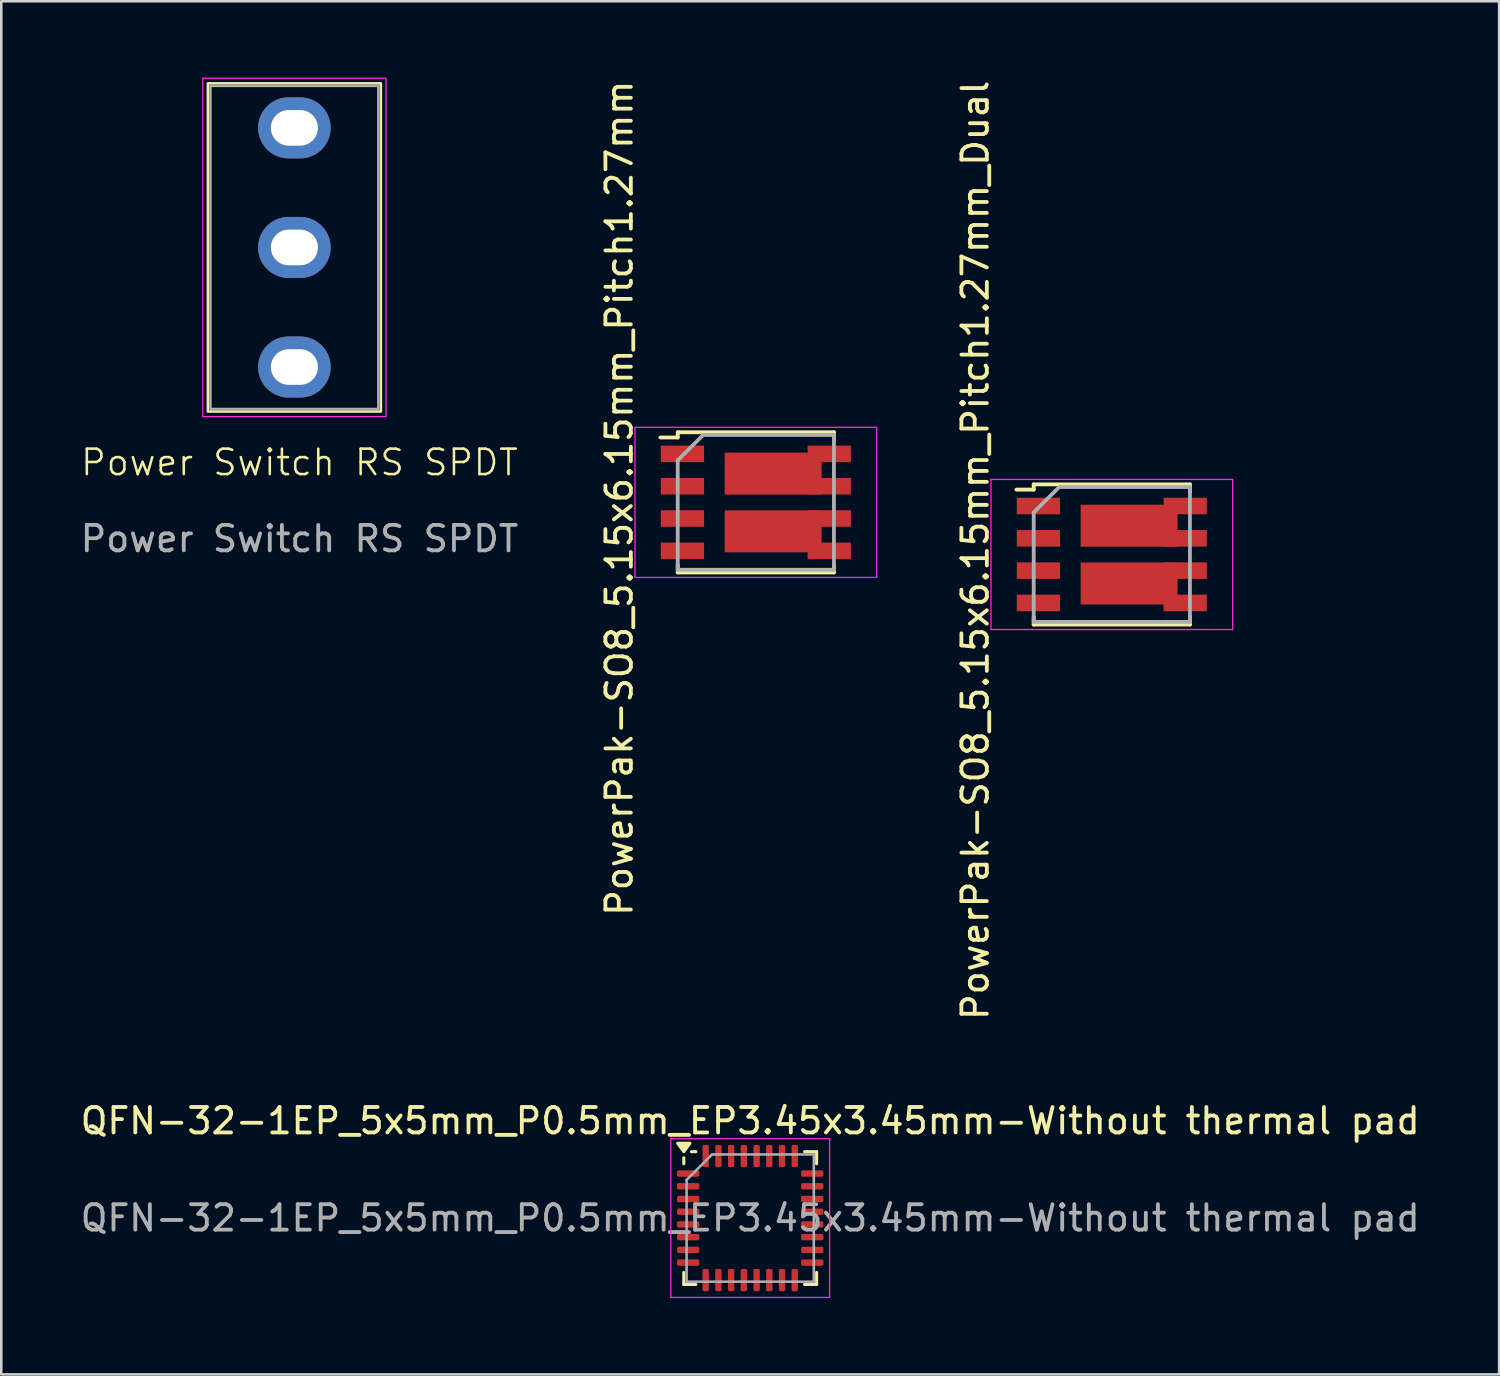
<source format=kicad_pcb>
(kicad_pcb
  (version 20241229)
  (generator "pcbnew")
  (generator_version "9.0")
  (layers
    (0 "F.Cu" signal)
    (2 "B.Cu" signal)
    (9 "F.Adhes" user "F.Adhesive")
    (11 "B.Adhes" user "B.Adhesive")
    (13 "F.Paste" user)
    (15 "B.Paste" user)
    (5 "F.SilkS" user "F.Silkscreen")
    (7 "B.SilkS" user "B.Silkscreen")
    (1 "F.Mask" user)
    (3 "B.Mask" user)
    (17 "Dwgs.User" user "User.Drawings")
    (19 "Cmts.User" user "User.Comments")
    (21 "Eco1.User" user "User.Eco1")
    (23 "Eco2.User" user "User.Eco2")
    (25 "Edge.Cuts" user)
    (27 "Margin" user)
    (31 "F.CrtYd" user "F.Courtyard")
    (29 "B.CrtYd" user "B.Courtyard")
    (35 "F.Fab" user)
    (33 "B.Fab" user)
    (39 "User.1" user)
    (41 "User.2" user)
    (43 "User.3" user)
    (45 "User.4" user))
  (footprint "PowerPak-SO8_5.15x6.15mm_Pitch1.27mm"
    (layer "F.Cu")
    (at 26.656 16.694)
    (property "Reference" "PowerPak-SO8_5.15x6.15mm_Pitch1.27mm" (at -5.367 -0.164 90) (layer "F.SilkS") (effects (font (size 1 1) (thickness 0.15))))
    (attr smd)
    (fp_line (start -3.07 -2.755) (end -3.07 -2.55) (stroke (width 0.15) (type solid)) (layer "F.SilkS"))
    (fp_line (start -3.07 -2.755) (end 3.07 -2.755) (stroke (width 0.15) (type solid)) (layer "F.SilkS"))
    (fp_line (start -3.07 -2.55) (end -3.75 -2.55) (stroke (width 0.15) (type solid)) (layer "F.SilkS"))
    (fp_line (start -3.07 2.755) (end -3.07 2.455) (stroke (width 0.15) (type solid)) (layer "F.SilkS"))
    (fp_line (start -3.07 2.755) (end 3.07 2.755) (stroke (width 0.15) (type solid)) (layer "F.SilkS"))
    (fp_line (start 3.07 -2.755) (end 3.07 -2.455) (stroke (width 0.15) (type solid)) (layer "F.SilkS"))
    (fp_line (start 3.07 2.755) (end 3.07 2.455) (stroke (width 0.15) (type solid)) (layer "F.SilkS"))
    (fp_line (start -4.75 -2.95) (end -4.75 2.95) (stroke (width 0.05) (type solid)) (layer "F.CrtYd"))
    (fp_line (start -4.75 -2.95) (end 4.75 -2.95) (stroke (width 0.05) (type solid)) (layer "F.CrtYd"))
    (fp_line (start -4.75 2.95) (end 4.75 2.95) (stroke (width 0.05) (type solid)) (layer "F.CrtYd"))
    (fp_line (start 4.75 -2.95) (end 4.75 2.95) (stroke (width 0.05) (type solid)) (layer "F.CrtYd"))
    (fp_line (start -3.07 -1.65) (end -2.07 -2.65) (stroke (width 0.15) (type solid)) (layer "F.Fab"))
    (fp_line (start -3.07 2.65) (end -3.07 -1.65) (stroke (width 0.15) (type solid)) (layer "F.Fab"))
    (fp_line (start -2.07 -2.65) (end 3.07 -2.65) (stroke (width 0.15) (type solid)) (layer "F.Fab"))
    (fp_line (start 3.07 -2.65) (end 3.07 2.65) (stroke (width 0.15) (type solid)) (layer "F.Fab"))
    (fp_line (start 3.07 2.65) (end -3.07 2.65) (stroke (width 0.15) (type solid)) (layer "F.Fab"))
    (pad "1" smd rect (at -2.885 -1.905) (size 1.7 0.65) (layers "F.Cu" "F.Mask" "F.Paste"))
    (pad "2" smd rect (at -2.885 -0.635) (size 1.7 0.65) (layers "F.Cu" "F.Mask" "F.Paste"))
    (pad "3" smd rect (at -2.885 0.635) (size 1.7 0.65) (layers "F.Cu" "F.Mask" "F.Paste"))
    (pad "4" smd rect (at -2.885 1.905) (size 1.7 0.65) (layers "F.Cu" "F.Mask" "F.Paste"))
    (pad "5" smd rect (at 0.68 1.14) (size 3.81 1.65) (layers "F.Cu" "F.Mask" "F.Paste"))
    (pad "5" smd rect (at 2.885 0.635) (size 1.7 0.65) (layers "F.Cu" "F.Mask" "F.Paste"))
    (pad "5" smd rect (at 2.885 1.905) (size 1.7 0.65) (layers "F.Cu" "F.Mask" "F.Paste"))
    (pad "6" smd rect (at 0.68 -1.13) (size 3.81 1.65) (layers "F.Cu" "F.Mask" "F.Paste"))
    (pad "6" smd rect (at 2.885 -1.905) (size 1.7 0.65) (layers "F.Cu" "F.Mask" "F.Paste"))
    (pad "6" smd rect (at 2.885 -0.635) (size 1.7 0.65) (layers "F.Cu" "F.Mask" "F.Paste")))
  (footprint "Power Switch RS SPDT"
    (layer "F.Cu")
    (at 8.52 6.675)
    (property "Reference" "Power Switch RS SPDT" (at 0.2 8.45 0) (unlocked yes) (layer "F.SilkS") (effects (font (size 1 1) (thickness 0.1))))
    (attr through_hole)
    (fp_rect (start -3.4 -6.45) (end 3.4 6.45) (stroke (width 0.1) (type default)) (fill no) (layer "F.SilkS"))
    (fp_rect (start -3.6 -6.65) (end 3.6 6.65) (stroke (width 0.05) (type solid)) (fill no) (layer "F.CrtYd"))
    (fp_rect (start -3.3 -6.35) (end 3.3 6.35) (stroke (width 0.1) (type default)) (fill no) (layer "F.Fab"))
    (fp_text user "${REFERENCE}" (at 0.2 11.45 0) (unlocked yes) (layer "F.Fab") (effects (font (size 1 1) (thickness 0.15))))
    (pad "1" thru_hole oval (at 0 4.7) (size 2.85 2.4) (drill oval 1.85 1.4) (layers "*.Cu" "*.Mask"))
    (pad "2" thru_hole oval (at 0 0) (size 2.85 2.4) (drill oval 1.85 1.4) (layers "*.Cu" "*.Mask"))
    (pad "3" thru_hole oval (at 0 -4.7) (size 2.85 2.4) (drill oval 1.85 1.4) (layers "*.Cu" "*.Mask")))
  (footprint "QFN-32-1EP_5x5mm_P0.5mm_EP3.45x3.45mm-Without thermal pad"
    (layer "F.Cu")
    (at 26.435 44.823)
    (property "Reference" "QFN-32-1EP_5x5mm_P0.5mm_EP3.45x3.45mm-Without thermal pad" (at 0 -3.82 0) (layer "F.SilkS") (effects (font (size 1 1) (thickness 0.15))))
    (attr smd)
    (fp_line (start -2.61 -2.135) (end -2.61 -2.37) (stroke (width 0.12) (type solid)) (layer "F.SilkS"))
    (fp_line (start -2.61 2.61) (end -2.61 2.135) (stroke (width 0.12) (type solid)) (layer "F.SilkS"))
    (fp_line (start -2.135 -2.61) (end -2.31 -2.61) (stroke (width 0.12) (type solid)) (layer "F.SilkS"))
    (fp_line (start -2.135 2.61) (end -2.61 2.61) (stroke (width 0.12) (type solid)) (layer "F.SilkS"))
    (fp_line (start 2.135 -2.61) (end 2.61 -2.61) (stroke (width 0.12) (type solid)) (layer "F.SilkS"))
    (fp_line (start 2.135 2.61) (end 2.61 2.61) (stroke (width 0.12) (type solid)) (layer "F.SilkS"))
    (fp_line (start 2.61 -2.61) (end 2.61 -2.135) (stroke (width 0.12) (type solid)) (layer "F.SilkS"))
    (fp_line (start 2.61 2.61) (end 2.61 2.135) (stroke (width 0.12) (type solid)) (layer "F.SilkS"))
    (fp_poly (pts (xy -2.61 -2.61) (xy -2.85 -2.94) (xy -2.37 -2.94) (xy -2.61 -2.61)) (stroke (width 0.12) (type solid)) (fill yes) (layer "F.SilkS"))
    (fp_line (start -3.12 -3.12) (end -3.12 3.12) (stroke (width 0.05) (type solid)) (layer "F.CrtYd"))
    (fp_line (start -3.12 3.12) (end 3.12 3.12) (stroke (width 0.05) (type solid)) (layer "F.CrtYd"))
    (fp_line (start 3.12 -3.12) (end -3.12 -3.12) (stroke (width 0.05) (type solid)) (layer "F.CrtYd"))
    (fp_line (start 3.12 3.12) (end 3.12 -3.12) (stroke (width 0.05) (type solid)) (layer "F.CrtYd"))
    (fp_line (start -2.5 -1.5) (end -1.5 -2.5) (stroke (width 0.1) (type solid)) (layer "F.Fab"))
    (fp_line (start -2.5 2.5) (end -2.5 -1.5) (stroke (width 0.1) (type solid)) (layer "F.Fab"))
    (fp_line (start -1.5 -2.5) (end 2.5 -2.5) (stroke (width 0.1) (type solid)) (layer "F.Fab"))
    (fp_line (start 2.5 -2.5) (end 2.5 2.5) (stroke (width 0.1) (type solid)) (layer "F.Fab"))
    (fp_line (start 2.5 2.5) (end -2.5 2.5) (stroke (width 0.1) (type solid)) (layer "F.Fab"))
    (fp_text user "${REFERENCE}" (at 0 0 0) (layer "F.Fab") (effects (font (size 1 1) (thickness 0.15))))
    (pad "1" smd roundrect (at -2.438 -1.75) (size 0.875 0.25) (layers "F.Cu" "F.Mask" "F.Paste") (roundrect_rratio 0.25))
    (pad "2" smd roundrect (at -2.438 -1.25) (size 0.875 0.25) (layers "F.Cu" "F.Mask" "F.Paste") (roundrect_rratio 0.25))
    (pad "3" smd roundrect (at -2.438 -0.75) (size 0.875 0.25) (layers "F.Cu" "F.Mask" "F.Paste") (roundrect_rratio 0.25))
    (pad "4" smd roundrect (at -2.438 -0.25) (size 0.875 0.25) (layers "F.Cu" "F.Mask" "F.Paste") (roundrect_rratio 0.25))
    (pad "5" smd roundrect (at -2.438 0.25) (size 0.875 0.25) (layers "F.Cu" "F.Mask" "F.Paste") (roundrect_rratio 0.25))
    (pad "6" smd roundrect (at -2.438 0.75) (size 0.875 0.25) (layers "F.Cu" "F.Mask" "F.Paste") (roundrect_rratio 0.25))
    (pad "7" smd roundrect (at -2.438 1.25) (size 0.875 0.25) (layers "F.Cu" "F.Mask" "F.Paste") (roundrect_rratio 0.25))
    (pad "8" smd roundrect (at -2.438 1.75) (size 0.875 0.25) (layers "F.Cu" "F.Mask" "F.Paste") (roundrect_rratio 0.25))
    (pad "9" smd roundrect (at -1.75 2.438) (size 0.25 0.875) (layers "F.Cu" "F.Mask" "F.Paste") (roundrect_rratio 0.25))
    (pad "10" smd roundrect (at -1.25 2.438) (size 0.25 0.875) (layers "F.Cu" "F.Mask" "F.Paste") (roundrect_rratio 0.25))
    (pad "11" smd roundrect (at -0.75 2.438) (size 0.25 0.875) (layers "F.Cu" "F.Mask" "F.Paste") (roundrect_rratio 0.25))
    (pad "12" smd roundrect (at -0.25 2.438) (size 0.25 0.875) (layers "F.Cu" "F.Mask" "F.Paste") (roundrect_rratio 0.25))
    (pad "13" smd roundrect (at 0.25 2.438) (size 0.25 0.875) (layers "F.Cu" "F.Mask" "F.Paste") (roundrect_rratio 0.25))
    (pad "14" smd roundrect (at 0.75 2.438) (size 0.25 0.875) (layers "F.Cu" "F.Mask" "F.Paste") (roundrect_rratio 0.25))
    (pad "15" smd roundrect (at 1.25 2.438) (size 0.25 0.875) (layers "F.Cu" "F.Mask" "F.Paste") (roundrect_rratio 0.25))
    (pad "16" smd roundrect (at 1.75 2.438) (size 0.25 0.875) (layers "F.Cu" "F.Mask" "F.Paste") (roundrect_rratio 0.25))
    (pad "17" smd roundrect (at 2.438 1.75) (size 0.875 0.25) (layers "F.Cu" "F.Mask" "F.Paste") (roundrect_rratio 0.25))
    (pad "18" smd roundrect (at 2.438 1.25) (size 0.875 0.25) (layers "F.Cu" "F.Mask" "F.Paste") (roundrect_rratio 0.25))
    (pad "19" smd roundrect (at 2.438 0.75) (size 0.875 0.25) (layers "F.Cu" "F.Mask" "F.Paste") (roundrect_rratio 0.25))
    (pad "20" smd roundrect (at 2.438 0.25) (size 0.875 0.25) (layers "F.Cu" "F.Mask" "F.Paste") (roundrect_rratio 0.25))
    (pad "21" smd roundrect (at 2.438 -0.25) (size 0.875 0.25) (layers "F.Cu" "F.Mask" "F.Paste") (roundrect_rratio 0.25))
    (pad "22" smd roundrect (at 2.438 -0.75) (size 0.875 0.25) (layers "F.Cu" "F.Mask" "F.Paste") (roundrect_rratio 0.25))
    (pad "23" smd roundrect (at 2.438 -1.25) (size 0.875 0.25) (layers "F.Cu" "F.Mask" "F.Paste") (roundrect_rratio 0.25))
    (pad "24" smd roundrect (at 2.438 -1.75) (size 0.875 0.25) (layers "F.Cu" "F.Mask" "F.Paste") (roundrect_rratio 0.25))
    (pad "25" smd roundrect (at 1.75 -2.438) (size 0.25 0.875) (layers "F.Cu" "F.Mask" "F.Paste") (roundrect_rratio 0.25))
    (pad "26" smd roundrect (at 1.25 -2.438) (size 0.25 0.875) (layers "F.Cu" "F.Mask" "F.Paste") (roundrect_rratio 0.25))
    (pad "27" smd roundrect (at 0.75 -2.438) (size 0.25 0.875) (layers "F.Cu" "F.Mask" "F.Paste") (roundrect_rratio 0.25))
    (pad "28" smd roundrect (at 0.25 -2.438) (size 0.25 0.875) (layers "F.Cu" "F.Mask" "F.Paste") (roundrect_rratio 0.25))
    (pad "29" smd roundrect (at -0.25 -2.438) (size 0.25 0.875) (layers "F.Cu" "F.Mask" "F.Paste") (roundrect_rratio 0.25))
    (pad "30" smd roundrect (at -0.75 -2.438) (size 0.25 0.875) (layers "F.Cu" "F.Mask" "F.Paste") (roundrect_rratio 0.25))
    (pad "31" smd roundrect (at -1.25 -2.438) (size 0.25 0.875) (layers "F.Cu" "F.Mask" "F.Paste") (roundrect_rratio 0.25))
    (pad "32" smd roundrect (at -1.75 -2.438) (size 0.25 0.875) (layers "F.Cu" "F.Mask" "F.Paste") (roundrect_rratio 0.25)))
  (footprint "PowerPak-SO8_5.15x6.15mm_Pitch1.27mm_Dual"
    (layer "F.Cu")
    (at 40.647 18.742)
    (property "Reference" "PowerPak-SO8_5.15x6.15mm_Pitch1.27mm_Dual" (at -5.367 -0.164 90) (layer "F.SilkS") (effects (font (size 1 1) (thickness 0.15))))
    (attr smd)
    (fp_line (start -3.07 -2.755) (end -3.07 -2.55) (stroke (width 0.15) (type solid)) (layer "F.SilkS"))
    (fp_line (start -3.07 -2.755) (end 3.07 -2.755) (stroke (width 0.15) (type solid)) (layer "F.SilkS"))
    (fp_line (start -3.07 -2.55) (end -3.75 -2.55) (stroke (width 0.15) (type solid)) (layer "F.SilkS"))
    (fp_line (start -3.07 2.755) (end -3.07 2.455) (stroke (width 0.15) (type solid)) (layer "F.SilkS"))
    (fp_line (start -3.07 2.755) (end 3.07 2.755) (stroke (width 0.15) (type solid)) (layer "F.SilkS"))
    (fp_line (start 3.07 -2.755) (end 3.07 -2.455) (stroke (width 0.15) (type solid)) (layer "F.SilkS"))
    (fp_line (start 3.07 2.755) (end 3.07 2.455) (stroke (width 0.15) (type solid)) (layer "F.SilkS"))
    (fp_line (start -4.75 -2.95) (end -4.75 2.95) (stroke (width 0.05) (type solid)) (layer "F.CrtYd"))
    (fp_line (start -4.75 -2.95) (end 4.75 -2.95) (stroke (width 0.05) (type solid)) (layer "F.CrtYd"))
    (fp_line (start -4.75 2.95) (end 4.75 2.95) (stroke (width 0.05) (type solid)) (layer "F.CrtYd"))
    (fp_line (start 4.75 -2.95) (end 4.75 2.95) (stroke (width 0.05) (type solid)) (layer "F.CrtYd"))
    (fp_line (start -3.07 -1.65) (end -2.07 -2.65) (stroke (width 0.15) (type solid)) (layer "F.Fab"))
    (fp_line (start -3.07 2.65) (end -3.07 -1.65) (stroke (width 0.15) (type solid)) (layer "F.Fab"))
    (fp_line (start -2.07 -2.65) (end 3.07 -2.65) (stroke (width 0.15) (type solid)) (layer "F.Fab"))
    (fp_line (start 3.07 -2.65) (end 3.07 2.65) (stroke (width 0.15) (type solid)) (layer "F.Fab"))
    (fp_line (start 3.07 2.65) (end -3.07 2.65) (stroke (width 0.15) (type solid)) (layer "F.Fab"))
    (pad "1" smd rect (at -2.885 -1.905) (size 1.7 0.65) (layers "F.Cu" "F.Mask" "F.Paste"))
    (pad "2" smd rect (at -2.885 -0.635) (size 1.7 0.65) (layers "F.Cu" "F.Mask" "F.Paste"))
    (pad "3" smd rect (at -2.885 0.635) (size 1.7 0.65) (layers "F.Cu" "F.Mask" "F.Paste"))
    (pad "4" smd rect (at -2.885 1.905) (size 1.7 0.65) (layers "F.Cu" "F.Mask" "F.Paste"))
    (pad "5" smd rect (at 0.68 1.14) (size 3.81 1.65) (layers "F.Cu" "F.Mask" "F.Paste"))
    (pad "5" smd rect (at 2.885 0.635) (size 1.7 0.65) (layers "F.Cu" "F.Mask" "F.Paste"))
    (pad "5" smd rect (at 2.885 1.905) (size 1.7 0.65) (layers "F.Cu" "F.Mask" "F.Paste"))
    (pad "6" smd rect (at 0.68 -1.13) (size 3.81 1.65) (layers "F.Cu" "F.Mask" "F.Paste"))
    (pad "6" smd rect (at 2.885 -1.905) (size 1.7 0.65) (layers "F.Cu" "F.Mask" "F.Paste"))
    (pad "6" smd rect (at 2.885 -0.635) (size 1.7 0.65) (layers "F.Cu" "F.Mask" "F.Paste")))
  (gr_rect
    (start -3 -3)
    (end 55.869 50.968)
    (stroke (width 0.1) (type default))
    (fill no)
    (layer "Edge.Cuts")))
</source>
